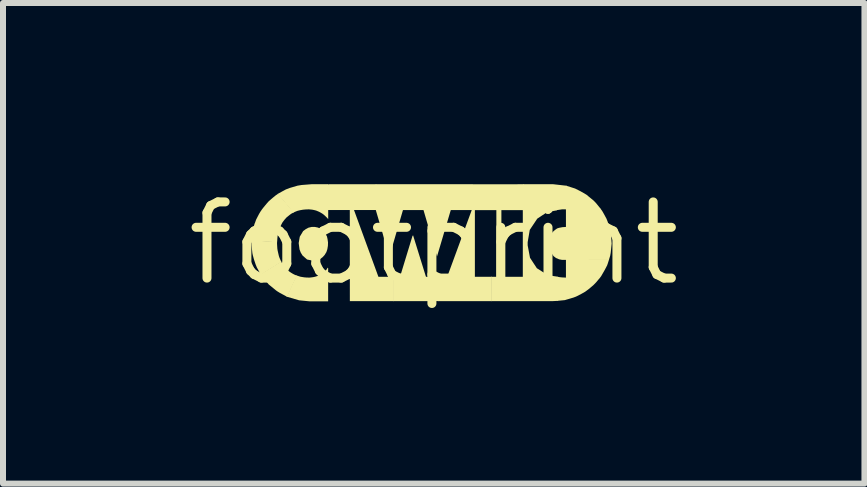
<source format=kicad_pcb>
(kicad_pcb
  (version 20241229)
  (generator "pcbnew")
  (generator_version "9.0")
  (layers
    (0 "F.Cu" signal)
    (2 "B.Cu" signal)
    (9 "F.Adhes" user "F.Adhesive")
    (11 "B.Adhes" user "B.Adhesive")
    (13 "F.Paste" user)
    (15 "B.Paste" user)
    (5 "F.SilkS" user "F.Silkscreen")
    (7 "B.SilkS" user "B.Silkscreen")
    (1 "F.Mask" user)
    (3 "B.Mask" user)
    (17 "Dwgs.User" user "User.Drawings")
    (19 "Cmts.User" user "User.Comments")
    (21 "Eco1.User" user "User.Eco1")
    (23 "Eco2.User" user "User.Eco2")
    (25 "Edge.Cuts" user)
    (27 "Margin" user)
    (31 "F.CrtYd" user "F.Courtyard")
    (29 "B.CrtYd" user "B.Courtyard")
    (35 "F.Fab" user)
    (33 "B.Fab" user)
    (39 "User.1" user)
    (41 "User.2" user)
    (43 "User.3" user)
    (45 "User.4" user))
  (footprint "footprint"
    (layer "F.Cu")
    (at 4.18 1.006)
    (property "Reference" "footprint" (at 0 0 0) (layer "F.SilkS") (effects (font (size 1.27 1.27) (thickness 0.15))))
    (fp_poly (pts (xy -0.739 0.221) (xy -0.968 -0.563) (xy -0.958 -0.563) (xy -0.51 -0.564)) (stroke (width 0) (type solid)) (fill yes) (layer "F.SilkS"))
    (fp_poly (pts (xy -0.162 -0.563) (xy 0.287 -0.563) (xy 0.055 0.219) (xy -0.175 -0.57)) (stroke (width 0) (type solid)) (fill yes) (layer "F.SilkS"))
    (fp_poly (pts (xy -0.126 0.569) (xy -0.565 0.569) (xy -0.354 -0.123) (xy -0.344 -0.133)) (stroke (width 0) (type solid)) (fill yes) (layer "F.SilkS"))
    (fp_poly (pts (xy 0.079 0.963) (xy -0.678 0.964) (xy -0.678 0.558) (xy 0.078 0.558)) (stroke (width 0) (type solid)) (fill yes) (layer "F.SilkS"))
    (fp_poly (pts (xy 0.646 -0.554) (xy -0.967 -0.555) (xy -0.967 -0.985) (xy 0.646 -0.985)) (stroke (width 0) (type solid)) (fill yes) (layer "F.SilkS"))
    (fp_poly (pts (xy 0.686 0.569) (xy 0.221 0.569) (xy 0.637 -0.563) (xy 0.686 -0.563)) (stroke (width 0) (type solid)) (fill yes) (layer "F.SilkS"))
    (fp_poly (pts (xy 0.969 0.964) (xy 0.069 0.964) (xy 0.069 0.558) (xy 0.969 0.558)) (stroke (width 0) (type solid)) (fill yes) (layer "F.SilkS"))
    (fp_poly (pts (xy 1.128 0.567) (xy 1.044 0.567) (xy 1.044 -0.564) (xy 1.128 -0.564)) (stroke (width 0) (type solid)) (fill yes) (layer "F.SilkS"))
    (fp_poly (pts (xy 1.497 -0.553) (xy 0.636 -0.553) (xy 0.636 -0.979) (xy 0.641 -0.979) (xy 0.641 -0.984) (xy 1.496 -0.985)) (stroke (width 0) (type solid)) (fill yes) (layer "F.SilkS"))
    (fp_poly (pts (xy 2.072 0.959) (xy 1.976 0.964) (xy 0.961 0.964) (xy 0.962 0.569) (xy 0.954 0.558) (xy 2.072 0.558)) (stroke (width 0) (type solid)) (fill yes) (layer "F.SilkS"))
    (fp_poly (pts (xy -0.922 0.558) (xy -0.669 0.558) (xy -0.669 0.964) (xy -1.398 0.964) (xy -1.399 -0.559) (xy -1.399 -0.566) (xy -1.333 -0.566)) (stroke (width 0) (type solid)) (fill yes) (layer "F.SilkS"))
    (fp_poly (pts (xy 2.212 -0.96) (xy 2.212 -0.567) (xy 2.144 -0.567) (xy 2.052 -0.553) (xy 1.488 -0.553) (xy 1.488 -0.985) (xy 1.992 -0.985)) (stroke (width 0) (type solid)) (fill yes) (layer "F.SilkS"))
    (fp_poly (pts (xy -0.958 -0.555) (xy -1.768 -0.555) (xy -1.768 -0.979) (xy -1.762 -0.979) (xy -1.762 -0.973) (xy -1.758 -0.973) (xy -1.758 -0.985) (xy -0.958 -0.985)) (stroke (width 0) (type solid)) (fill yes) (layer "F.SilkS"))
    (fp_poly (pts (xy 2.214 -0.575) (xy 2.782 -0.575) (xy 2.808 -0.54) (xy 2.84 -0.484) (xy 2.879 -0.412) (xy 2.899 -0.362) (xy 2.93 -0.266) (xy 2.204 -0.265) (xy 2.204 -0.585)) (stroke (width 0) (type solid)) (fill yes) (layer "F.SilkS"))
    (fp_poly (pts (xy 2.903 0.332) (xy 2.891 0.367) (xy 2.852 0.442) (xy 2.791 0.548) (xy 2.767 0.579) (xy 2.204 0.579) (xy 2.204 0.27) (xy 2.208 0.266) (xy 2.924 0.266)) (stroke (width 0) (type solid)) (fill yes) (layer "F.SilkS"))
    (fp_poly (pts (xy 2.304 -0.93) (xy 2.357 -0.913) (xy 2.423 -0.88) (xy 2.507 -0.834) (xy 2.551 -0.807) (xy 2.584 -0.779) (xy 2.628 -0.743) (xy 2.668 -0.71) (xy 2.707 -0.669) (xy 2.791 -0.565) (xy 2.203 -0.565) (xy 2.203 -0.962)) (stroke (width 0) (type solid)) (fill yes) (layer "F.SilkS"))
    (fp_poly (pts (xy 2.932 -0.256) (xy 2.944 -0.216) (xy 2.949 -0.184) (xy 2.96 -0.083) (xy 2.966 0.005) (xy 2.95 0.161) (xy 2.941 0.209) (xy 2.92 0.277) (xy 2.203 0.278) (xy 2.203 -0.271) (xy 2.207 -0.275) (xy 2.927 -0.275)) (stroke (width 0) (type solid)) (fill yes) (layer "F.SilkS"))
    (fp_poly (pts (xy 1.494 -0.562) (xy 2.054 -0.562) (xy 2.055 -0.551) (xy 1.888 -0.518) (xy 1.726 -0.411) (xy 1.601 -0.224) (xy 1.566 -0.019) (xy 1.566 0.034) (xy 1.605 0.241) (xy 1.719 0.415) (xy 1.897 0.528) (xy 2.067 0.559) (xy 2.066 0.57) (xy 1.485 0.57) (xy 1.485 -0.567)) (stroke (width 0) (type solid)) (fill yes) (layer "F.SilkS"))
    (fp_poly (pts (xy 2.105 0.565) (xy 2.147 0.569) (xy 2.196 0.571) (xy 2.774 0.571) (xy 2.705 0.653) (xy 2.661 0.698) (xy 2.586 0.761) (xy 2.523 0.808) (xy 2.457 0.845) (xy 2.4 0.875) (xy 2.337 0.902) (xy 2.267 0.923) (xy 2.205 0.941) (xy 2.186 0.947) (xy 2.062 0.959) (xy 2.062 0.559) (xy 2.071 0.559)) (stroke (width 0) (type solid)) (fill yes) (layer "F.SilkS"))
    (fp_poly (pts (xy 2.213 0.276) (xy 2.139 0.276) (xy 2.091 0.267) (xy 2.038 0.245) (xy 1.997 0.213) (xy 1.97 0.172) (xy 1.943 0.121) (xy 1.927 0.029) (xy 1.927 -0.012) (xy 1.936 -0.089) (xy 1.957 -0.141) (xy 1.981 -0.187) (xy 2.02 -0.222) (xy 2.057 -0.248) (xy 2.088 -0.258) (xy 2.145 -0.269) (xy 2.206 -0.273) (xy 2.213 -0.273)) (stroke (width 0) (type solid)) (fill yes) (layer "F.SilkS"))
    (fp_poly (pts (xy -2.529 0.33) (xy -2.505 0.367) (xy -2.487 0.391) (xy -2.465 0.416) (xy -2.439 0.443) (xy -2.409 0.469) (xy -2.38 0.489) (xy -2.345 0.51) (xy -2.313 0.526) (xy -2.277 0.539) (xy -2.444 0.892) (xy -2.489 0.867) (xy -2.523 0.849) (xy -2.564 0.827) (xy -2.611 0.798) (xy -2.634 0.781) (xy -2.75 0.686) (xy -2.813 0.611) (xy -2.847 0.57) (xy -2.887 0.516) (xy -2.544 0.303)) (stroke (width 0) (type solid)) (fill yes) (layer "F.SilkS"))
    (fp_poly (pts (xy -2.612 -0.002) (xy -2.611 0.024) (xy -2.607 0.088) (xy -2.602 0.12) (xy -2.592 0.164) (xy -2.581 0.212) (xy -2.57 0.244) (xy -2.555 0.277) (xy -2.54 0.311) (xy -2.924 0.551) (xy -2.887 0.514) (xy -2.896 0.498) (xy -2.923 0.448) (xy -2.948 0.403) (xy -2.97 0.348) (xy -2.998 0.264) (xy -3.016 0.197) (xy -3.023 0.164) (xy -3.027 0.125) (xy -3.032 0.078) (xy -3.037 0.026) (xy -3.038 -0.023) (xy -2.61 -0.042)) (stroke (width 0) (type solid)) (fill yes) (layer "F.SilkS"))
    (fp_poly (pts (xy -1.76 0.414) (xy -1.76 0.967) (xy -2.072 0.967) (xy -2.244 0.95) (xy -2.452 0.889) (xy -2.287 0.536) (xy -2.221 0.557) (xy -2.16 0.567) (xy -2.125 0.57) (xy -2.095 0.571) (xy -2.065 0.571) (xy -2.03 0.567) (xy -1.998 0.562) (xy -1.97 0.555) (xy -1.933 0.543) (xy -1.906 0.531) (xy -1.876 0.515) (xy -1.855 0.501) (xy -1.836 0.486) (xy -1.813 0.467) (xy -1.795 0.448) (xy -1.785 0.435) (xy -1.779 0.425) (xy -1.768 0.406)) (stroke (width 0) (type solid)) (fill yes) (layer "F.SilkS"))
    (fp_poly (pts (xy -1.931 -0.263) (xy -1.881 -0.24) (xy -1.838 -0.208) (xy -1.802 -0.154) (xy -1.78 -0.115) (xy -1.77 -0.071) (xy -1.762 -0.015) (xy -1.764 0.042) (xy -1.773 0.097) (xy -1.789 0.146) (xy -1.819 0.195) (xy -1.853 0.232) (xy -1.898 0.266) (xy -2.003 0.292) (xy -2.111 0.27) (xy -2.186 0.204) (xy -2.216 0.156) (xy -2.237 0.102) (xy -2.251 -0.004) (xy -2.233 -0.11) (xy -2.18 -0.198) (xy -2.18 -0.201) (xy -2.135 -0.235) (xy -2.087 -0.261) (xy -2.034 -0.273) (xy -1.981 -0.273)) (stroke (width 0) (type solid)) (fill yes) (layer "F.SilkS"))
    (fp_poly (pts (xy -1.759 -0.403) (xy -1.778 -0.425) (xy -1.802 -0.449) (xy -1.827 -0.472) (xy -1.857 -0.495) (xy -1.882 -0.51) (xy -1.91 -0.525) (xy -1.938 -0.537) (xy -1.938 -0.537) (xy -1.96 -0.546) (xy -1.983 -0.552) (xy -1.996 -0.555) (xy -2.026 -0.561) (xy -2.047 -0.563) (xy -2.077 -0.566) (xy -2.094 -0.566) (xy -2.141 -0.564) (xy -2.182 -0.56) (xy -2.232 -0.551) (xy -2.272 -0.541) (xy -2.307 -0.527) (xy -2.342 -0.511) (xy -2.601 -0.823) (xy -2.592 -0.828) (xy -2.526 -0.865) (xy -2.465 -0.898) (xy -2.396 -0.924) (xy -2.27 -0.961) (xy -2.203 -0.972) (xy -2.038 -0.985) (xy -1.759 -0.985)) (stroke (width 0) (type solid)) (fill yes) (layer "F.SilkS"))
    (fp_poly (pts (xy -2.332 -0.516) (xy -2.375 -0.493) (xy -2.402 -0.473) (xy -2.455 -0.43) (xy -2.486 -0.395) (xy -2.509 -0.365) (xy -2.524 -0.344) (xy -2.542 -0.309) (xy -2.559 -0.273) (xy -2.572 -0.243) (xy -2.585 -0.202) (xy -2.593 -0.17) (xy -2.6 -0.138) (xy -2.604 -0.109) (xy -2.61 -0.035) (xy -3.04 -0.013) (xy -3.036 -0.061) (xy -3.029 -0.129) (xy -3.023 -0.19) (xy -2.984 -0.337) (xy -2.984 -0.329) (xy -2.961 -0.394) (xy -2.921 -0.472) (xy -2.905 -0.501) (xy -2.886 -0.532) (xy -2.867 -0.56) (xy -2.845 -0.589) (xy -2.813 -0.628) (xy -2.778 -0.67) (xy -2.752 -0.699) (xy -2.734 -0.715) (xy -2.71 -0.736) (xy -2.682 -0.76) (xy -2.633 -0.8) (xy -2.593 -0.827)) (stroke (width 0) (type solid)) (fill yes) (layer "F.SilkS")))
  (gr_rect
    (start -3 -3)
    (end 11.36 5.012)
    (stroke (width 0.1) (type default))
    (fill no)
    (layer "Edge.Cuts")))
</source>
